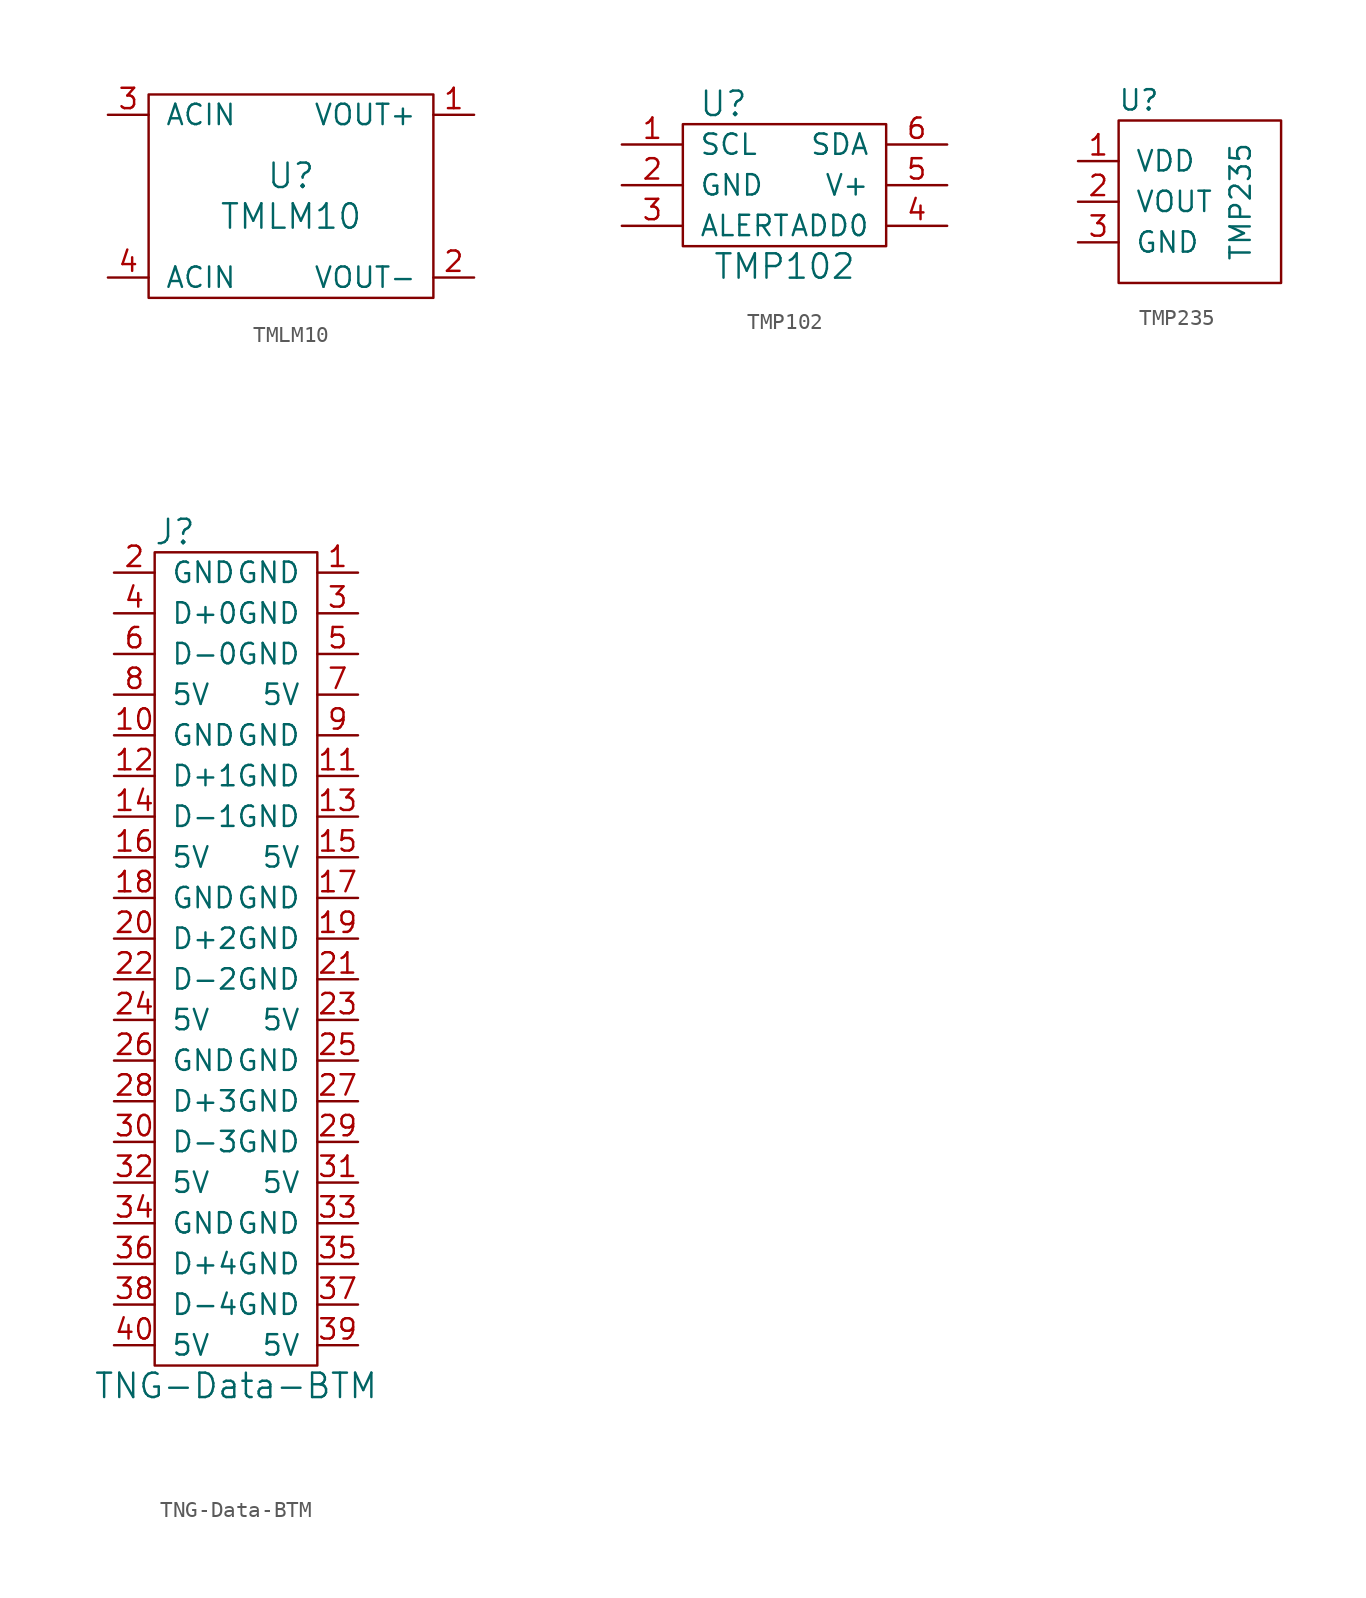
<source format=kicad_sym>
(kicad_symbol_lib
  (version 20211014)
  (generator kicad_symbol_editor)
  (symbol "TMLM10"
    (pin_names
      (offset 1.016))
    (property "Reference" "U"
      (at 0 1.27 0)
      (effects (font (size 1.524 1.524))))
    (property "Value" "TMLM10"
      (at 0 -1.27 0)
      (effects (font (size 1.524 1.524))))
    (symbol "TMLM10_0_1"
      (rectangle (start -8.89 6.35) (end 8.89 -6.35) (stroke (width 0) (type default) (color 0 0 0 0)) (fill (type none))))
    (symbol "TMLM10_1_1"
      (pin passive line (at 11.43 5.08 180) (length 2.54) (name "VOUT+" (effects (font (size 1.27 1.27)))) (number "1" (effects (font (size 1.27 1.27)))))
      (pin passive line (at 11.43 -5.08 180) (length 2.54) (name "VOUT-" (effects (font (size 1.27 1.27)))) (number "2" (effects (font (size 1.27 1.27)))))
      (pin passive line (at -11.43 5.08 0) (length 2.54) (name "ACIN" (effects (font (size 1.27 1.27)))) (number "3" (effects (font (size 1.27 1.27)))))
      (pin passive line (at -11.43 -5.08 0) (length 2.54) (name "ACIN" (effects (font (size 1.27 1.27)))) (number "4" (effects (font (size 1.27 1.27)))))))
  (symbol "TMP102"
    (pin_names
      (offset 1.016))
    (property "Reference" "U"
      (at -3.81 5.08 0)
      (effects (font (size 1.524 1.524))))
    (property "Value" "TMP102"
      (at 0 -5.08 0)
      (effects (font (size 1.524 1.524))))
    (property "Footprint" ""
      (at 0 0 0)
      (effects (font (size 1.524 1.524))))
    (property "Datasheet" ""
      (at 0 0 0)
      (effects (font (size 1.524 1.524))))
    (symbol "TMP102_0_1"
      (rectangle (start -6.35 3.81) (end 6.35 -3.81) (stroke (width 0) (type default) (color 0 0 0 0)) (fill (type none))))
    (symbol "TMP102_1_1"
      (pin passive line (at -10.16 2.54 0) (length 3.81) (name "SCL" (effects (font (size 1.27 1.27)))) (number "1" (effects (font (size 1.27 1.27)))))
      (pin passive line (at -10.16 0 0) (length 3.81) (name "GND" (effects (font (size 1.27 1.27)))) (number "2" (effects (font (size 1.27 1.27)))))
      (pin passive line (at -10.16 -2.54 0) (length 3.81) (name "ALERT" (effects (font (size 1.27 1.27)))) (number "3" (effects (font (size 1.27 1.27)))))
      (pin passive line (at 10.16 -2.54 180) (length 3.81) (name "ADD0" (effects (font (size 1.27 1.27)))) (number "4" (effects (font (size 1.27 1.27)))))
      (pin passive line (at 10.16 0 180) (length 3.81) (name "V+" (effects (font (size 1.27 1.27)))) (number "5" (effects (font (size 1.27 1.27)))))
      (pin passive line (at 10.16 2.54 180) (length 3.81) (name "SDA" (effects (font (size 1.27 1.27)))) (number "6" (effects (font (size 1.27 1.27)))))))
  (symbol "TMP235"
    (pin_names
      (offset 1.016))
    (property "Reference" "U"
      (at -2.54 6.35 0)
      (effects (font (size 1.27 1.27))))
    (property "Value" "TMP235"
      (at 3.81 0 90)
      (effects (font (size 1.27 1.27))))
    (symbol "TMP235_0_1"
      (rectangle (start -3.81 5.08) (end 6.35 -5.08) (stroke (width 0) (type default) (color 0 0 0 0)) (fill (type none))))
    (symbol "TMP235_1_1"
      (pin input line (at -6.35 2.54 0) (length 2.54) (name "VDD" (effects (font (size 1.27 1.27)))) (number "1" (effects (font (size 1.27 1.27)))))
      (pin input line (at -6.35 0 0) (length 2.54) (name "VOUT" (effects (font (size 1.27 1.27)))) (number "2" (effects (font (size 1.27 1.27)))))
      (pin input line (at -6.35 -2.54 0) (length 2.54) (name "GND" (effects (font (size 1.27 1.27)))) (number "3" (effects (font (size 1.27 1.27)))))))
  (symbol "TNG-Data-BTM"
    (pin_names
      (offset 1.016))
    (property "Reference" "J"
      (at -3.81 26.67 0)
      (effects (font (size 1.524 1.524))))
    (property "Value" "TNG-Data-BTM"
      (at 0 -26.67 0)
      (effects (font (size 1.524 1.524))))
    (symbol "TNG-Data-BTM_0_1"
      (rectangle (start -5.08 25.4) (end 5.08 -25.4) (stroke (width 0) (type default) (color 0 0 0 0)) (fill (type none))))
    (symbol "TNG-Data-BTM_1_1"
      (pin passive line (at 7.62 24.13 180) (length 2.54) (name "GND" (effects (font (size 1.27 1.27)))) (number "1" (effects (font (size 1.27 1.27)))))
      (pin passive line (at -7.62 13.97 0) (length 2.54) (name "GND" (effects (font (size 1.27 1.27)))) (number "10" (effects (font (size 1.27 1.27)))))
      (pin passive line (at 7.62 11.43 180) (length 2.54) (name "GND" (effects (font (size 1.27 1.27)))) (number "11" (effects (font (size 1.27 1.27)))))
      (pin passive line (at -7.62 11.43 0) (length 2.54) (name "D+1" (effects (font (size 1.27 1.27)))) (number "12" (effects (font (size 1.27 1.27)))))
      (pin passive line (at 7.62 8.89 180) (length 2.54) (name "GND" (effects (font (size 1.27 1.27)))) (number "13" (effects (font (size 1.27 1.27)))))
      (pin passive line (at -7.62 8.89 0) (length 2.54) (name "D-1" (effects (font (size 1.27 1.27)))) (number "14" (effects (font (size 1.27 1.27)))))
      (pin passive line (at 7.62 6.35 180) (length 2.54) (name "5V" (effects (font (size 1.27 1.27)))) (number "15" (effects (font (size 1.27 1.27)))))
      (pin passive line (at -7.62 6.35 0) (length 2.54) (name "5V" (effects (font (size 1.27 1.27)))) (number "16" (effects (font (size 1.27 1.27)))))
      (pin passive line (at 7.62 3.81 180) (length 2.54) (name "GND" (effects (font (size 1.27 1.27)))) (number "17" (effects (font (size 1.27 1.27)))))
      (pin passive line (at -7.62 3.81 0) (length 2.54) (name "GND" (effects (font (size 1.27 1.27)))) (number "18" (effects (font (size 1.27 1.27)))))
      (pin passive line (at 7.62 1.27 180) (length 2.54) (name "GND" (effects (font (size 1.27 1.27)))) (number "19" (effects (font (size 1.27 1.27)))))
      (pin passive line (at -7.62 24.13 0) (length 2.54) (name "GND" (effects (font (size 1.27 1.27)))) (number "2" (effects (font (size 1.27 1.27)))))
      (pin passive line (at -7.62 1.27 0) (length 2.54) (name "D+2" (effects (font (size 1.27 1.27)))) (number "20" (effects (font (size 1.27 1.27)))))
      (pin passive line (at 7.62 -1.27 180) (length 2.54) (name "GND" (effects (font (size 1.27 1.27)))) (number "21" (effects (font (size 1.27 1.27)))))
      (pin passive line (at -7.62 -1.27 0) (length 2.54) (name "D-2" (effects (font (size 1.27 1.27)))) (number "22" (effects (font (size 1.27 1.27)))))
      (pin passive line (at 7.62 -3.81 180) (length 2.54) (name "5V" (effects (font (size 1.27 1.27)))) (number "23" (effects (font (size 1.27 1.27)))))
      (pin passive line (at -7.62 -3.81 0) (length 2.54) (name "5V" (effects (font (size 1.27 1.27)))) (number "24" (effects (font (size 1.27 1.27)))))
      (pin passive line (at 7.62 -6.35 180) (length 2.54) (name "GND" (effects (font (size 1.27 1.27)))) (number "25" (effects (font (size 1.27 1.27)))))
      (pin passive line (at -7.62 -6.35 0) (length 2.54) (name "GND" (effects (font (size 1.27 1.27)))) (number "26" (effects (font (size 1.27 1.27)))))
      (pin passive line (at 7.62 -8.89 180) (length 2.54) (name "GND" (effects (font (size 1.27 1.27)))) (number "27" (effects (font (size 1.27 1.27)))))
      (pin passive line (at -7.62 -8.89 0) (length 2.54) (name "D+3" (effects (font (size 1.27 1.27)))) (number "28" (effects (font (size 1.27 1.27)))))
      (pin passive line (at 7.62 -11.43 180) (length 2.54) (name "GND" (effects (font (size 1.27 1.27)))) (number "29" (effects (font (size 1.27 1.27)))))
      (pin passive line (at 7.62 21.59 180) (length 2.54) (name "GND" (effects (font (size 1.27 1.27)))) (number "3" (effects (font (size 1.27 1.27)))))
      (pin passive line (at -7.62 -11.43 0) (length 2.54) (name "D-3" (effects (font (size 1.27 1.27)))) (number "30" (effects (font (size 1.27 1.27)))))
      (pin passive line (at 7.62 -13.97 180) (length 2.54) (name "5V" (effects (font (size 1.27 1.27)))) (number "31" (effects (font (size 1.27 1.27)))))
      (pin passive line (at -7.62 -13.97 0) (length 2.54) (name "5V" (effects (font (size 1.27 1.27)))) (number "32" (effects (font (size 1.27 1.27)))))
      (pin passive line (at 7.62 -16.51 180) (length 2.54) (name "GND" (effects (font (size 1.27 1.27)))) (number "33" (effects (font (size 1.27 1.27)))))
      (pin passive line (at -7.62 -16.51 0) (length 2.54) (name "GND" (effects (font (size 1.27 1.27)))) (number "34" (effects (font (size 1.27 1.27)))))
      (pin passive line (at 7.62 -19.05 180) (length 2.54) (name "GND" (effects (font (size 1.27 1.27)))) (number "35" (effects (font (size 1.27 1.27)))))
      (pin passive line (at -7.62 -19.05 0) (length 2.54) (name "D+4" (effects (font (size 1.27 1.27)))) (number "36" (effects (font (size 1.27 1.27)))))
      (pin passive line (at 7.62 -21.59 180) (length 2.54) (name "GND" (effects (font (size 1.27 1.27)))) (number "37" (effects (font (size 1.27 1.27)))))
      (pin passive line (at -7.62 -21.59 0) (length 2.54) (name "D-4" (effects (font (size 1.27 1.27)))) (number "38" (effects (font (size 1.27 1.27)))))
      (pin passive line (at 7.62 -24.13 180) (length 2.54) (name "5V" (effects (font (size 1.27 1.27)))) (number "39" (effects (font (size 1.27 1.27)))))
      (pin passive line (at -7.62 21.59 0) (length 2.54) (name "D+0" (effects (font (size 1.27 1.27)))) (number "4" (effects (font (size 1.27 1.27)))))
      (pin passive line (at -7.62 -24.13 0) (length 2.54) (name "5V" (effects (font (size 1.27 1.27)))) (number "40" (effects (font (size 1.27 1.27)))))
      (pin passive line (at 7.62 19.05 180) (length 2.54) (name "GND" (effects (font (size 1.27 1.27)))) (number "5" (effects (font (size 1.27 1.27)))))
      (pin passive line (at -7.62 19.05 0) (length 2.54) (name "D-0" (effects (font (size 1.27 1.27)))) (number "6" (effects (font (size 1.27 1.27)))))
      (pin passive line (at 7.62 16.51 180) (length 2.54) (name "5V" (effects (font (size 1.27 1.27)))) (number "7" (effects (font (size 1.27 1.27)))))
      (pin passive line (at -7.62 16.51 0) (length 2.54) (name "5V" (effects (font (size 1.27 1.27)))) (number "8" (effects (font (size 1.27 1.27)))))
      (pin passive line (at 7.62 13.97 180) (length 2.54) (name "GND" (effects (font (size 1.27 1.27)))) (number "9" (effects (font (size 1.27 1.27))))))))
</source>
